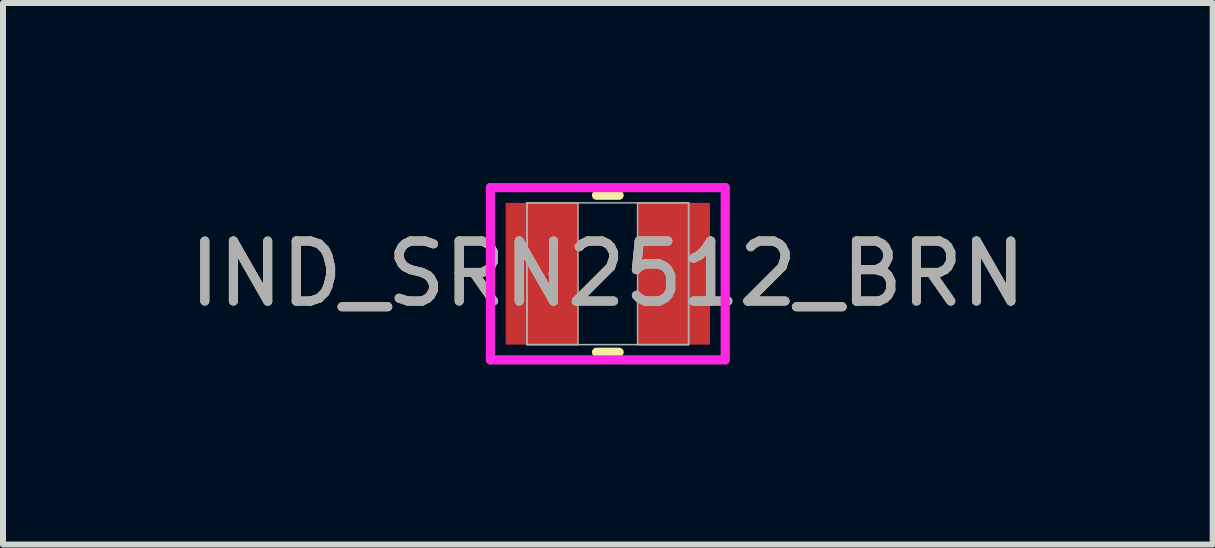
<source format=kicad_pcb>
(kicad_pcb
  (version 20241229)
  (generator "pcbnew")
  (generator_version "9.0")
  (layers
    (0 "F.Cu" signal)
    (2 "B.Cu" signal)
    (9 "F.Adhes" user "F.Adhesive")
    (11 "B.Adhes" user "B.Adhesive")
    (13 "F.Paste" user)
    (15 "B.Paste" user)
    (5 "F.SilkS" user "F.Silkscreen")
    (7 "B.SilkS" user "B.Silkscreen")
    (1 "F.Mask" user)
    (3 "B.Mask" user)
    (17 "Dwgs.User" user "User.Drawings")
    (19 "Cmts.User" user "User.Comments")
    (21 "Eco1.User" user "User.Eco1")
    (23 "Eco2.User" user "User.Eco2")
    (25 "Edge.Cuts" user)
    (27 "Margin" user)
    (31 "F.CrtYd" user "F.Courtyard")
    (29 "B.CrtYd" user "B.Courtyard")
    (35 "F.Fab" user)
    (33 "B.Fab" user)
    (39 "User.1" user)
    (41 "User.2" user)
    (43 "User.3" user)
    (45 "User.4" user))
  (footprint "IND_SRN2512_BRN"
    (layer "F.Cu")
    (at 7.077 1.511)
    (property "Reference" "IND_SRN2512_BRN" (at 0 0 0) (unlocked yes) (layer "F.SilkS") (effects (font (size 1 1) (thickness 0.15))))
    (attr smd)
    (fp_line (start -0.189 1.308) (end 0.189 1.308) (stroke (width 0.152) (type solid)) (layer "F.SilkS"))
    (fp_line (start 0.189 -1.308) (end -0.189 -1.308) (stroke (width 0.152) (type solid)) (layer "F.SilkS"))
    (fp_line (start -1.956 -1.435) (end 1.956 -1.435) (stroke (width 0.152) (type solid)) (layer "F.CrtYd"))
    (fp_line (start -1.956 1.435) (end -1.956 -1.435) (stroke (width 0.152) (type solid)) (layer "F.CrtYd"))
    (fp_line (start 1.956 -1.435) (end 1.956 1.435) (stroke (width 0.152) (type solid)) (layer "F.CrtYd"))
    (fp_line (start 1.956 1.435) (end -1.956 1.435) (stroke (width 0.152) (type solid)) (layer "F.CrtYd"))
    (fp_line (start -1.346 -1.181) (end -1.346 1.181) (stroke (width 0.025) (type solid)) (layer "F.Fab"))
    (fp_line (start -1.346 -1.181) (end -1.346 1.181) (stroke (width 0.025) (type solid)) (layer "F.Fab"))
    (fp_line (start -1.346 1.181) (end -0.496 1.181) (stroke (width 0.025) (type solid)) (layer "F.Fab"))
    (fp_line (start -1.346 1.181) (end 1.346 1.181) (stroke (width 0.025) (type solid)) (layer "F.Fab"))
    (fp_line (start -0.496 -1.181) (end -1.346 -1.181) (stroke (width 0.025) (type solid)) (layer "F.Fab"))
    (fp_line (start -0.496 1.181) (end -0.496 -1.181) (stroke (width 0.025) (type solid)) (layer "F.Fab"))
    (fp_line (start 0.496 -1.181) (end 0.496 1.181) (stroke (width 0.025) (type solid)) (layer "F.Fab"))
    (fp_line (start 0.496 1.181) (end 1.346 1.181) (stroke (width 0.025) (type solid)) (layer "F.Fab"))
    (fp_line (start 1.346 -1.181) (end -1.346 -1.181) (stroke (width 0.025) (type solid)) (layer "F.Fab"))
    (fp_line (start 1.346 -1.181) (end 0.496 -1.181) (stroke (width 0.025) (type solid)) (layer "F.Fab"))
    (fp_line (start 1.346 1.181) (end 1.346 -1.181) (stroke (width 0.025) (type solid)) (layer "F.Fab"))
    (fp_line (start 1.346 1.181) (end 1.346 -1.181) (stroke (width 0.025) (type solid)) (layer "F.Fab"))
    (fp_circle (center -0.972 0) (end -0.972 0) (stroke (width 0.025) (type solid)) (fill no) (layer "F.Fab"))
    (fp_text user "${REFERENCE}" (at 0 0 0) (unlocked yes) (layer "F.Fab") (effects (font (size 1 1) (thickness 0.15))))
    (pad "1" smd rect (at -1.099 0) (size 1.206 2.362) (layers "F.Cu" "F.Mask" "F.Paste"))
    (pad "2" smd rect (at 1.099 0) (size 1.206 2.362) (layers "F.Cu" "F.Mask" "F.Paste"))
    (zone (net_name "") (layer "F.Cu") (hatch full 0.508) (connect_pads) (min_thickness 0.254) (filled_areas_thickness no) (keepout (tracks not_allowed) (vias not_allowed) (pads allowed) (copperpour not_allowed) (footprints allowed)) (placement (enabled no)) (fill) (polygon (pts (xy 6.632 0.381) (xy 7.523 0.381) (xy 7.523 2.642) (xy 6.632 2.642)))))
  (gr_rect
    (start -3 -3)
    (end 17.155 6.023)
    (stroke (width 0.1) (type default))
    (fill no)
    (layer "Edge.Cuts")))
</source>
